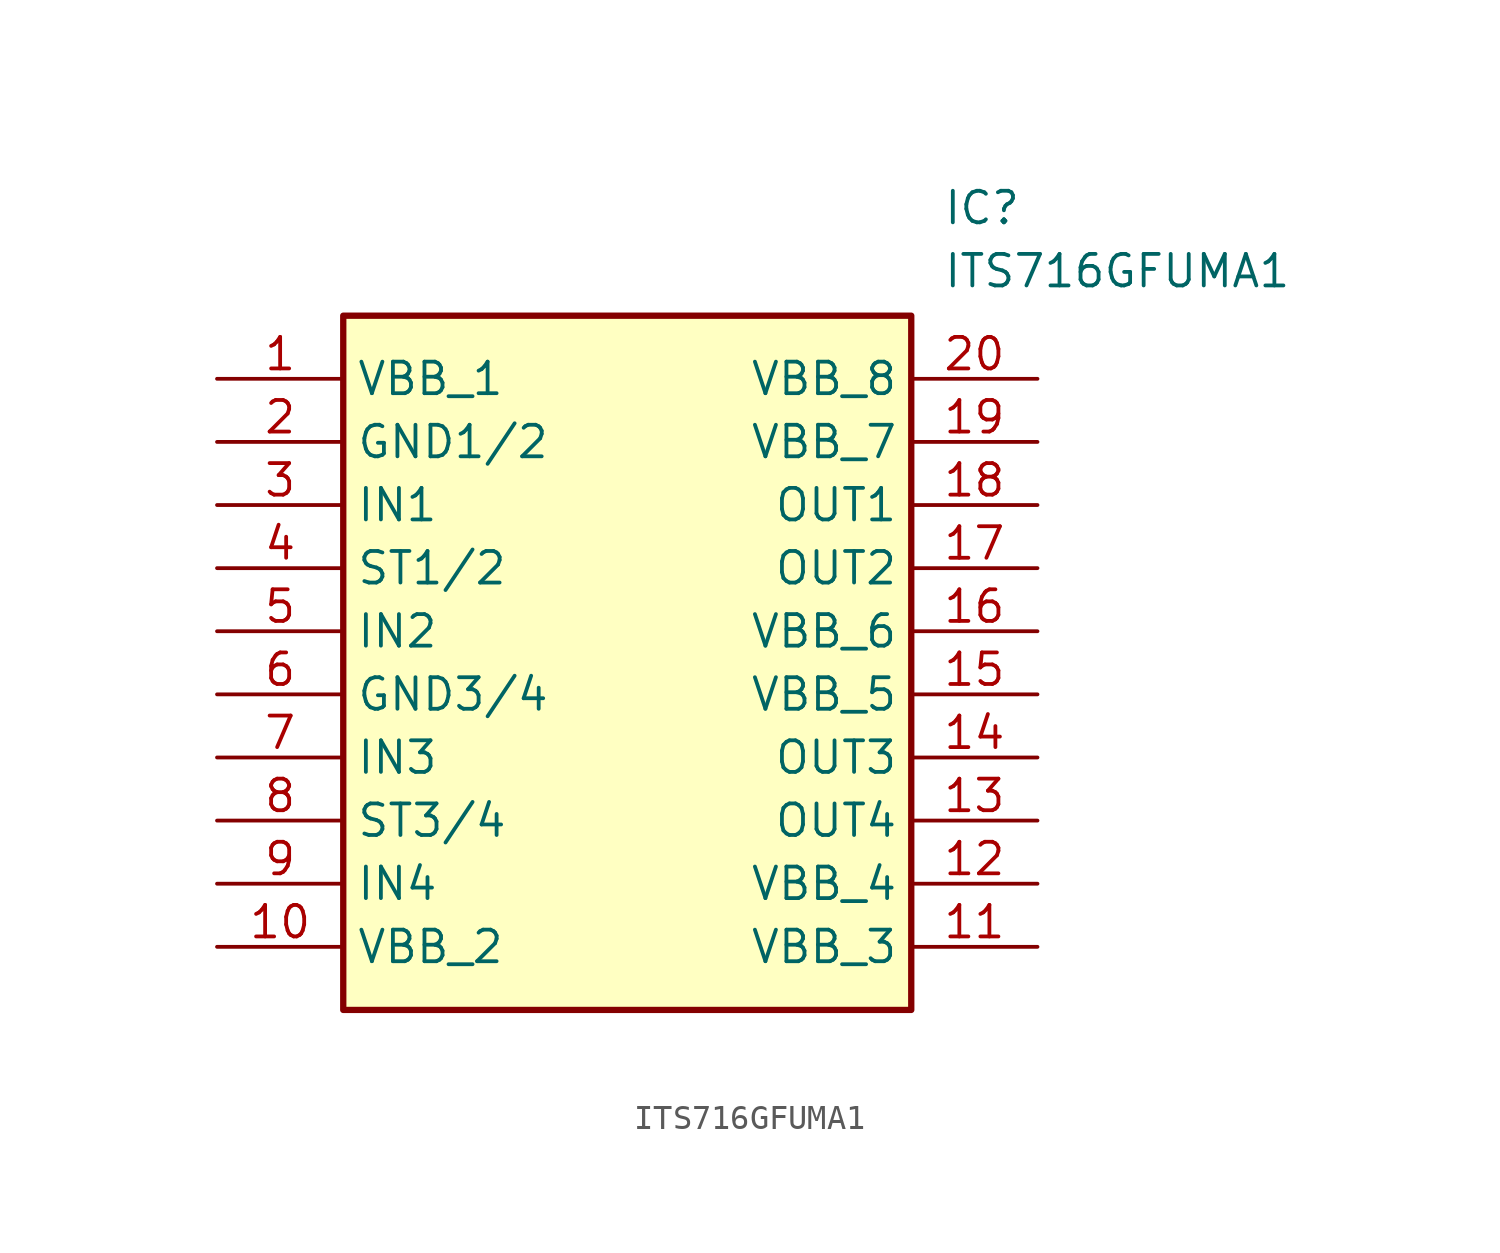
<source format=kicad_sym>
(kicad_symbol_lib
  (version 20211014)
  (generator SamacSys_ECAD_Model)
  (symbol "ITS716GFUMA1"
    (property "Reference" "IC"
      (at 29.21 7.62 0)
      (effects (font (size 1.27 1.27)) (justify left top)))
    (property "Value" "ITS716GFUMA1"
      (at 29.21 5.08 0)
      (effects (font (size 1.27 1.27)) (justify left top)))
    (rectangle
      (start 5.08 2.54)
      (end 27.94 -25.4)
      (stroke (width 0.254) (type default))
      (fill (type background)))
    (pin passive line
      (at 0 0 0)
      (length 5.08)
      (name "VBB_1" (effects (font (size 1.27 1.27))))
      (number "1" (effects (font (size 1.27 1.27)))))
    (pin passive line
      (at 0 -2.54 0)
      (length 5.08)
      (name "GND1/2" (effects (font (size 1.27 1.27))))
      (number "2" (effects (font (size 1.27 1.27)))))
    (pin passive line
      (at 0 -5.08 0)
      (length 5.08)
      (name "IN1" (effects (font (size 1.27 1.27))))
      (number "3" (effects (font (size 1.27 1.27)))))
    (pin passive line
      (at 0 -7.62 0)
      (length 5.08)
      (name "ST1/2" (effects (font (size 1.27 1.27))))
      (number "4" (effects (font (size 1.27 1.27)))))
    (pin passive line
      (at 0 -10.16 0)
      (length 5.08)
      (name "IN2" (effects (font (size 1.27 1.27))))
      (number "5" (effects (font (size 1.27 1.27)))))
    (pin passive line
      (at 0 -12.7 0)
      (length 5.08)
      (name "GND3/4" (effects (font (size 1.27 1.27))))
      (number "6" (effects (font (size 1.27 1.27)))))
    (pin passive line
      (at 0 -15.24 0)
      (length 5.08)
      (name "IN3" (effects (font (size 1.27 1.27))))
      (number "7" (effects (font (size 1.27 1.27)))))
    (pin passive line
      (at 0 -17.78 0)
      (length 5.08)
      (name "ST3/4" (effects (font (size 1.27 1.27))))
      (number "8" (effects (font (size 1.27 1.27)))))
    (pin passive line
      (at 0 -20.32 0)
      (length 5.08)
      (name "IN4" (effects (font (size 1.27 1.27))))
      (number "9" (effects (font (size 1.27 1.27)))))
    (pin passive line
      (at 0 -22.86 0)
      (length 5.08)
      (name "VBB_2" (effects (font (size 1.27 1.27))))
      (number "10" (effects (font (size 1.27 1.27)))))
    (pin passive line
      (at 33.02 0 180)
      (length 5.08)
      (name "VBB_8" (effects (font (size 1.27 1.27))))
      (number "20" (effects (font (size 1.27 1.27)))))
    (pin passive line
      (at 33.02 -2.54 180)
      (length 5.08)
      (name "VBB_7" (effects (font (size 1.27 1.27))))
      (number "19" (effects (font (size 1.27 1.27)))))
    (pin passive line
      (at 33.02 -5.08 180)
      (length 5.08)
      (name "OUT1" (effects (font (size 1.27 1.27))))
      (number "18" (effects (font (size 1.27 1.27)))))
    (pin passive line
      (at 33.02 -7.62 180)
      (length 5.08)
      (name "OUT2" (effects (font (size 1.27 1.27))))
      (number "17" (effects (font (size 1.27 1.27)))))
    (pin passive line
      (at 33.02 -10.16 180)
      (length 5.08)
      (name "VBB_6" (effects (font (size 1.27 1.27))))
      (number "16" (effects (font (size 1.27 1.27)))))
    (pin passive line
      (at 33.02 -12.7 180)
      (length 5.08)
      (name "VBB_5" (effects (font (size 1.27 1.27))))
      (number "15" (effects (font (size 1.27 1.27)))))
    (pin passive line
      (at 33.02 -15.24 180)
      (length 5.08)
      (name "OUT3" (effects (font (size 1.27 1.27))))
      (number "14" (effects (font (size 1.27 1.27)))))
    (pin passive line
      (at 33.02 -17.78 180)
      (length 5.08)
      (name "OUT4" (effects (font (size 1.27 1.27))))
      (number "13" (effects (font (size 1.27 1.27)))))
    (pin passive line
      (at 33.02 -20.32 180)
      (length 5.08)
      (name "VBB_4" (effects (font (size 1.27 1.27))))
      (number "12" (effects (font (size 1.27 1.27)))))
    (pin passive line
      (at 33.02 -22.86 180)
      (length 5.08)
      (name "VBB_3" (effects (font (size 1.27 1.27))))
      (number "11" (effects (font (size 1.27 1.27)))))))
</source>
